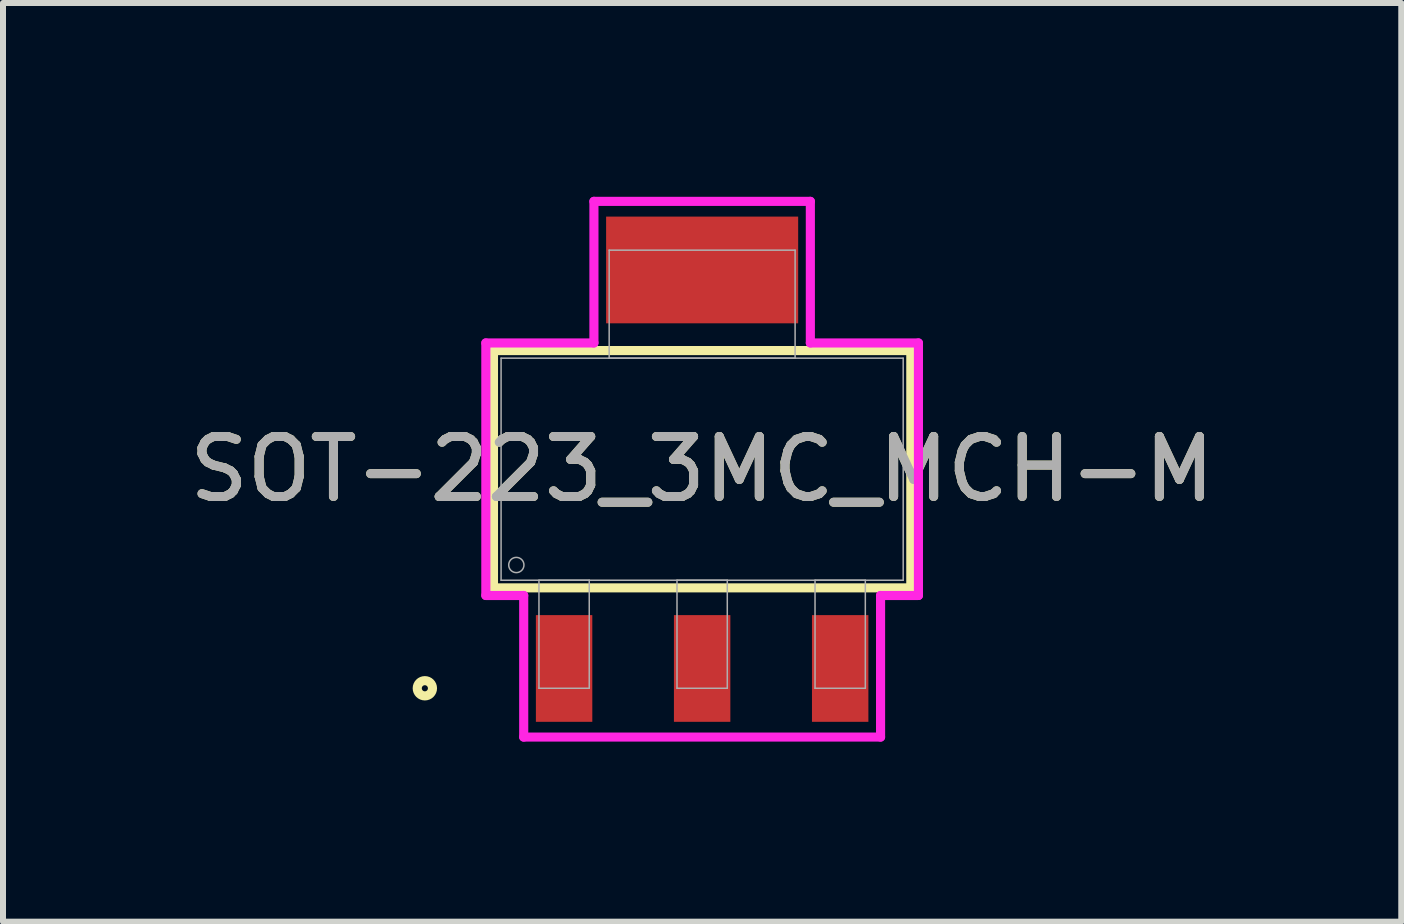
<source format=kicad_pcb>
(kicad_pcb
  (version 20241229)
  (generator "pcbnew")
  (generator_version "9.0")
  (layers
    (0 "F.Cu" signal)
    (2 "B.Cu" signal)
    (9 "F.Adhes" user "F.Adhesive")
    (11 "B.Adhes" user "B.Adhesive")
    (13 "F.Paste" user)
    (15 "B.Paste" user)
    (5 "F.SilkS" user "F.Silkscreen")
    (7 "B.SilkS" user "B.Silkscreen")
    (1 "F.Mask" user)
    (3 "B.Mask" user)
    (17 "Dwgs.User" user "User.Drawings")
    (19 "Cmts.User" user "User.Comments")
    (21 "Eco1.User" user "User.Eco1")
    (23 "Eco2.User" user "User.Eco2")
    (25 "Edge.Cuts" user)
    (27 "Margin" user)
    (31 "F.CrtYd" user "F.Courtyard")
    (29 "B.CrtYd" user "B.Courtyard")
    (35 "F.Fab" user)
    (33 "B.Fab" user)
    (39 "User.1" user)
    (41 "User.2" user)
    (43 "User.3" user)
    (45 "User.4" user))
  (footprint "SOT-223_3MC_MCH-M"
    (layer "F.Cu")
    (at 8.649 4.768)
    (property "Reference" "SOT-223_3MC_MCH-M" (at 0 0 0) (unlocked yes) (layer "F.SilkS") (effects (font (size 1 1) (thickness 0.15))))
    (attr smd)
    (fp_poly (pts (xy 1.6 -4.209) (xy -1.6 -4.209) (xy -1.6 -2.431) (xy 1.6 -2.431)) (stroke (width 0) (type solid)) (fill yes) (layer "F.Cu"))
    (fp_poly (pts (xy 1.651 -4.768) (xy -1.651 -4.768) (xy -1.651 -1.974) (xy 1.651 -1.974)) (stroke (width 0) (type solid)) (fill yes) (layer "F.Mask"))
    (fp_line (start -3.477 -1.977) (end -3.477 1.977) (stroke (width 0.152) (type solid)) (layer "F.SilkS"))
    (fp_line (start -3.477 1.977) (end 3.477 1.977) (stroke (width 0.152) (type solid)) (layer "F.SilkS"))
    (fp_line (start 3.477 -1.977) (end -3.477 -1.977) (stroke (width 0.152) (type solid)) (layer "F.SilkS"))
    (fp_line (start 3.477 1.977) (end 3.477 -1.977) (stroke (width 0.152) (type solid)) (layer "F.SilkS"))
    (fp_circle (center -4.62 3.65) (end -4.493 3.65) (stroke (width 0.152) (type solid)) (fill no) (layer "F.SilkS"))
    (fp_poly (pts (xy 1.6 -4.209) (xy -1.6 -4.209) (xy -1.6 -2.431) (xy 1.6 -2.431)) (stroke (width 0) (type solid)) (fill yes) (layer "F.Paste"))
    (fp_line (start -3.604 -2.104) (end -1.803 -2.104) (stroke (width 0.152) (type solid)) (layer "F.CrtYd"))
    (fp_line (start -3.604 2.104) (end -3.604 -2.104) (stroke (width 0.152) (type solid)) (layer "F.CrtYd"))
    (fp_line (start -2.973 2.104) (end -3.604 2.104) (stroke (width 0.152) (type solid)) (layer "F.CrtYd"))
    (fp_line (start -2.973 4.463) (end -2.973 2.104) (stroke (width 0.152) (type solid)) (layer "F.CrtYd"))
    (fp_line (start -1.803 -4.463) (end 1.803 -4.463) (stroke (width 0.152) (type solid)) (layer "F.CrtYd"))
    (fp_line (start -1.803 -2.104) (end -1.803 -4.463) (stroke (width 0.152) (type solid)) (layer "F.CrtYd"))
    (fp_line (start 1.803 -4.463) (end 1.803 -2.104) (stroke (width 0.152) (type solid)) (layer "F.CrtYd"))
    (fp_line (start 1.803 -2.104) (end 3.604 -2.104) (stroke (width 0.152) (type solid)) (layer "F.CrtYd"))
    (fp_line (start 2.973 2.104) (end 2.973 4.463) (stroke (width 0.152) (type solid)) (layer "F.CrtYd"))
    (fp_line (start 2.973 4.463) (end -2.973 4.463) (stroke (width 0.152) (type solid)) (layer "F.CrtYd"))
    (fp_line (start 3.604 -2.104) (end 3.604 2.104) (stroke (width 0.152) (type solid)) (layer "F.CrtYd"))
    (fp_line (start 3.604 2.104) (end 2.973 2.104) (stroke (width 0.152) (type solid)) (layer "F.CrtYd"))
    (fp_line (start -3.35 -1.85) (end -3.35 1.85) (stroke (width 0.025) (type solid)) (layer "F.Fab"))
    (fp_line (start -3.35 1.85) (end 3.35 1.85) (stroke (width 0.025) (type solid)) (layer "F.Fab"))
    (fp_line (start -2.719 1.85) (end -2.719 3.65) (stroke (width 0.025) (type solid)) (layer "F.Fab"))
    (fp_line (start -2.719 3.65) (end -1.881 3.65) (stroke (width 0.025) (type solid)) (layer "F.Fab"))
    (fp_line (start -1.881 1.85) (end -2.719 1.85) (stroke (width 0.025) (type solid)) (layer "F.Fab"))
    (fp_line (start -1.881 3.65) (end -1.881 1.85) (stroke (width 0.025) (type solid)) (layer "F.Fab"))
    (fp_line (start -1.549 -3.65) (end -1.549 -1.85) (stroke (width 0.025) (type solid)) (layer "F.Fab"))
    (fp_line (start -1.549 -1.85) (end 1.549 -1.85) (stroke (width 0.025) (type solid)) (layer "F.Fab"))
    (fp_line (start -0.419 1.85) (end -0.419 3.65) (stroke (width 0.025) (type solid)) (layer "F.Fab"))
    (fp_line (start -0.419 3.65) (end 0.419 3.65) (stroke (width 0.025) (type solid)) (layer "F.Fab"))
    (fp_line (start 0.419 1.85) (end -0.419 1.85) (stroke (width 0.025) (type solid)) (layer "F.Fab"))
    (fp_line (start 0.419 3.65) (end 0.419 1.85) (stroke (width 0.025) (type solid)) (layer "F.Fab"))
    (fp_line (start 1.549 -3.65) (end -1.549 -3.65) (stroke (width 0.025) (type solid)) (layer "F.Fab"))
    (fp_line (start 1.549 -1.85) (end 1.549 -3.65) (stroke (width 0.025) (type solid)) (layer "F.Fab"))
    (fp_line (start 1.881 1.85) (end 1.881 3.65) (stroke (width 0.025) (type solid)) (layer "F.Fab"))
    (fp_line (start 1.881 3.65) (end 2.719 3.65) (stroke (width 0.025) (type solid)) (layer "F.Fab"))
    (fp_line (start 2.719 1.85) (end 1.881 1.85) (stroke (width 0.025) (type solid)) (layer "F.Fab"))
    (fp_line (start 2.719 3.65) (end 2.719 1.85) (stroke (width 0.025) (type solid)) (layer "F.Fab"))
    (fp_line (start 3.35 -1.85) (end -3.35 -1.85) (stroke (width 0.025) (type solid)) (layer "F.Fab"))
    (fp_line (start 3.35 1.85) (end 3.35 -1.85) (stroke (width 0.025) (type solid)) (layer "F.Fab"))
    (fp_circle (center -3.096 1.596) (end -2.969 1.596) (stroke (width 0.025) (type solid)) (fill no) (layer "F.Fab"))
    (fp_text user "${REFERENCE}" (at 0 0 0) (unlocked yes) (layer "F.Fab") (effects (font (size 1 1) (thickness 0.15))))
    (pad "1" smd rect (at -2.3 3.32) (size 0.94 1.778) (layers "F.Cu" "F.Mask" "F.Paste"))
    (pad "2" smd rect (at 0 3.32) (size 0.94 1.778) (layers "F.Cu" "F.Mask" "F.Paste"))
    (pad "3" smd rect (at 2.3 3.32) (size 0.94 1.778) (layers "F.Cu" "F.Mask" "F.Paste")))
  (gr_rect
    (start -3 -3)
    (end 20.298 12.307)
    (stroke (width 0.1) (type default))
    (fill no)
    (layer "Edge.Cuts")))
</source>
